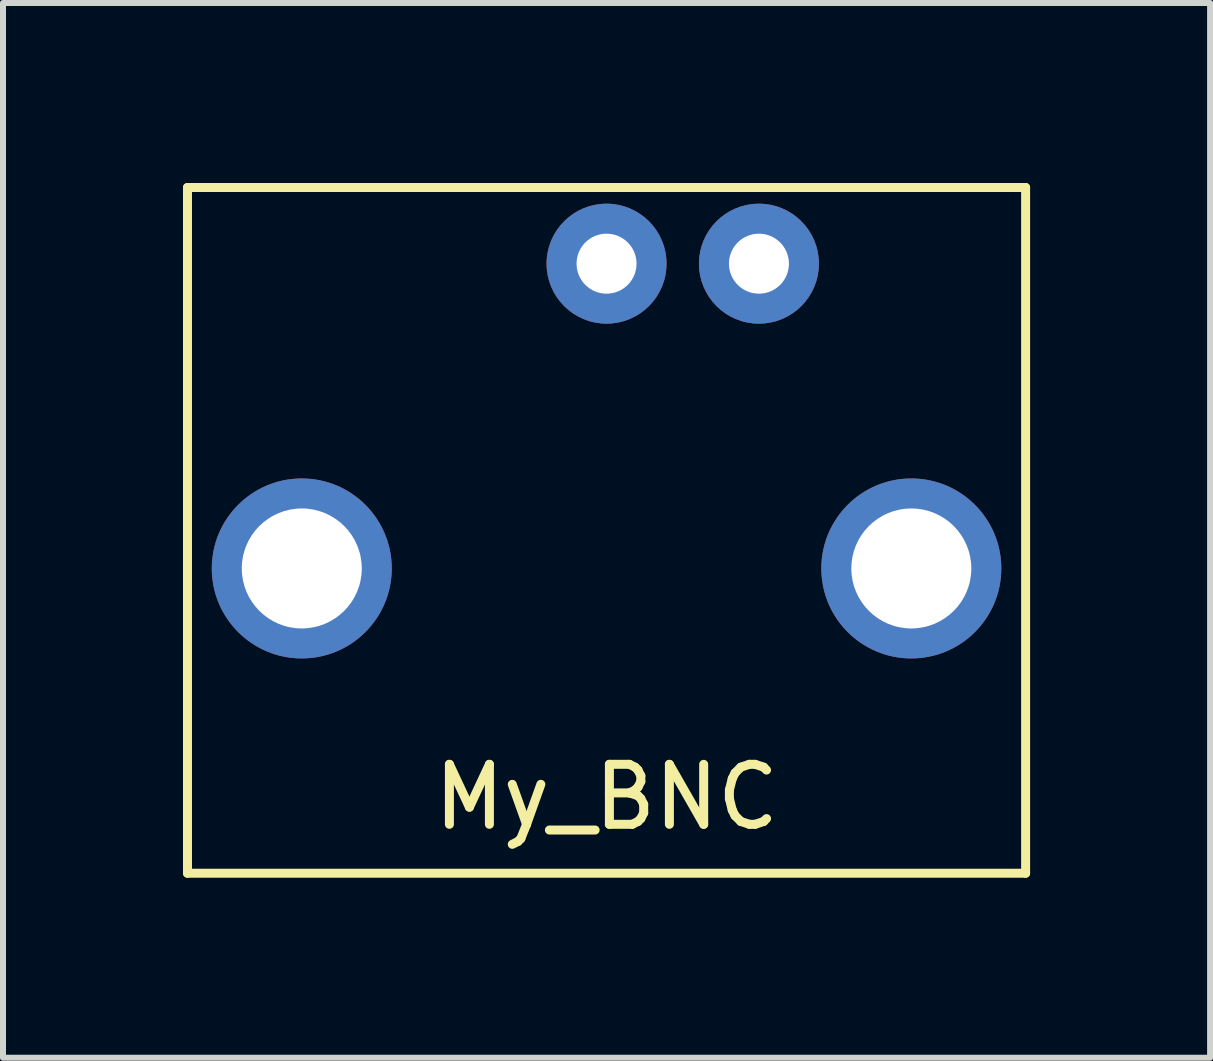
<source format=kicad_pcb>
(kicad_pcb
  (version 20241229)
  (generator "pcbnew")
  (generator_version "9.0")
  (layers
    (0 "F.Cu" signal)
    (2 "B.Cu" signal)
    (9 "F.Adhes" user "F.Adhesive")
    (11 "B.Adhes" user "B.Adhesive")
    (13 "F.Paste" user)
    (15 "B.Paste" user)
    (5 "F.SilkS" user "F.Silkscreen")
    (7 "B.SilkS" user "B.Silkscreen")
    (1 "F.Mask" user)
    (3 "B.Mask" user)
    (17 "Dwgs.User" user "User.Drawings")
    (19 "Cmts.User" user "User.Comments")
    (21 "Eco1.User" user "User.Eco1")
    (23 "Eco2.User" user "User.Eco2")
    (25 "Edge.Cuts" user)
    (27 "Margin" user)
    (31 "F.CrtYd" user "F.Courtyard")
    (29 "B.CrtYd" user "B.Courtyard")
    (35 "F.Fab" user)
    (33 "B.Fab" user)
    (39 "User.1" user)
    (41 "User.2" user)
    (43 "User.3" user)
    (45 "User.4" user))
  (footprint "My_BNC"
    (layer "F.Cu")
    (at 12.14 6.425)
    (property "Reference" "My_BNC" (at -5.08 3.81 0) (layer "F.SilkS") (effects (font (size 1 1) (thickness 0.15))))
    (attr through_hole)
    (fp_line (start -12.065 5.08) (end -12.065 -6.35) (stroke (width 0.15) (type solid)) (layer "F.SilkS"))
    (fp_line (start -12.065 5.08) (end 1.905 5.08) (stroke (width 0.15) (type solid)) (layer "F.SilkS"))
    (fp_line (start 1.905 -6.35) (end -12.065 -6.35) (stroke (width 0.15) (type solid)) (layer "F.SilkS"))
    (fp_line (start 1.905 5.08) (end 1.905 -6.35) (stroke (width 0.15) (type solid)) (layer "F.SilkS"))
    (pad "1" thru_hole circle (at -5.08 -5.08) (size 2 2) (drill 1) (layers "*.Cu" "*.Mask"))
    (pad "2" thru_hole circle (at -10.16 0) (size 3 3) (drill 2) (layers "*.Cu" "*.Mask"))
    (pad "2" thru_hole circle (at -2.54 -5.08) (size 2 2) (drill 1) (layers "*.Cu" "*.Mask"))
    (pad "2" thru_hole circle (at 0 0) (size 3 3) (drill 2) (layers "*.Cu" "*.Mask")))
  (gr_rect
    (start -3 -3)
    (end 17.12 14.58)
    (stroke (width 0.1) (type default))
    (fill no)
    (layer "Edge.Cuts")))
</source>
